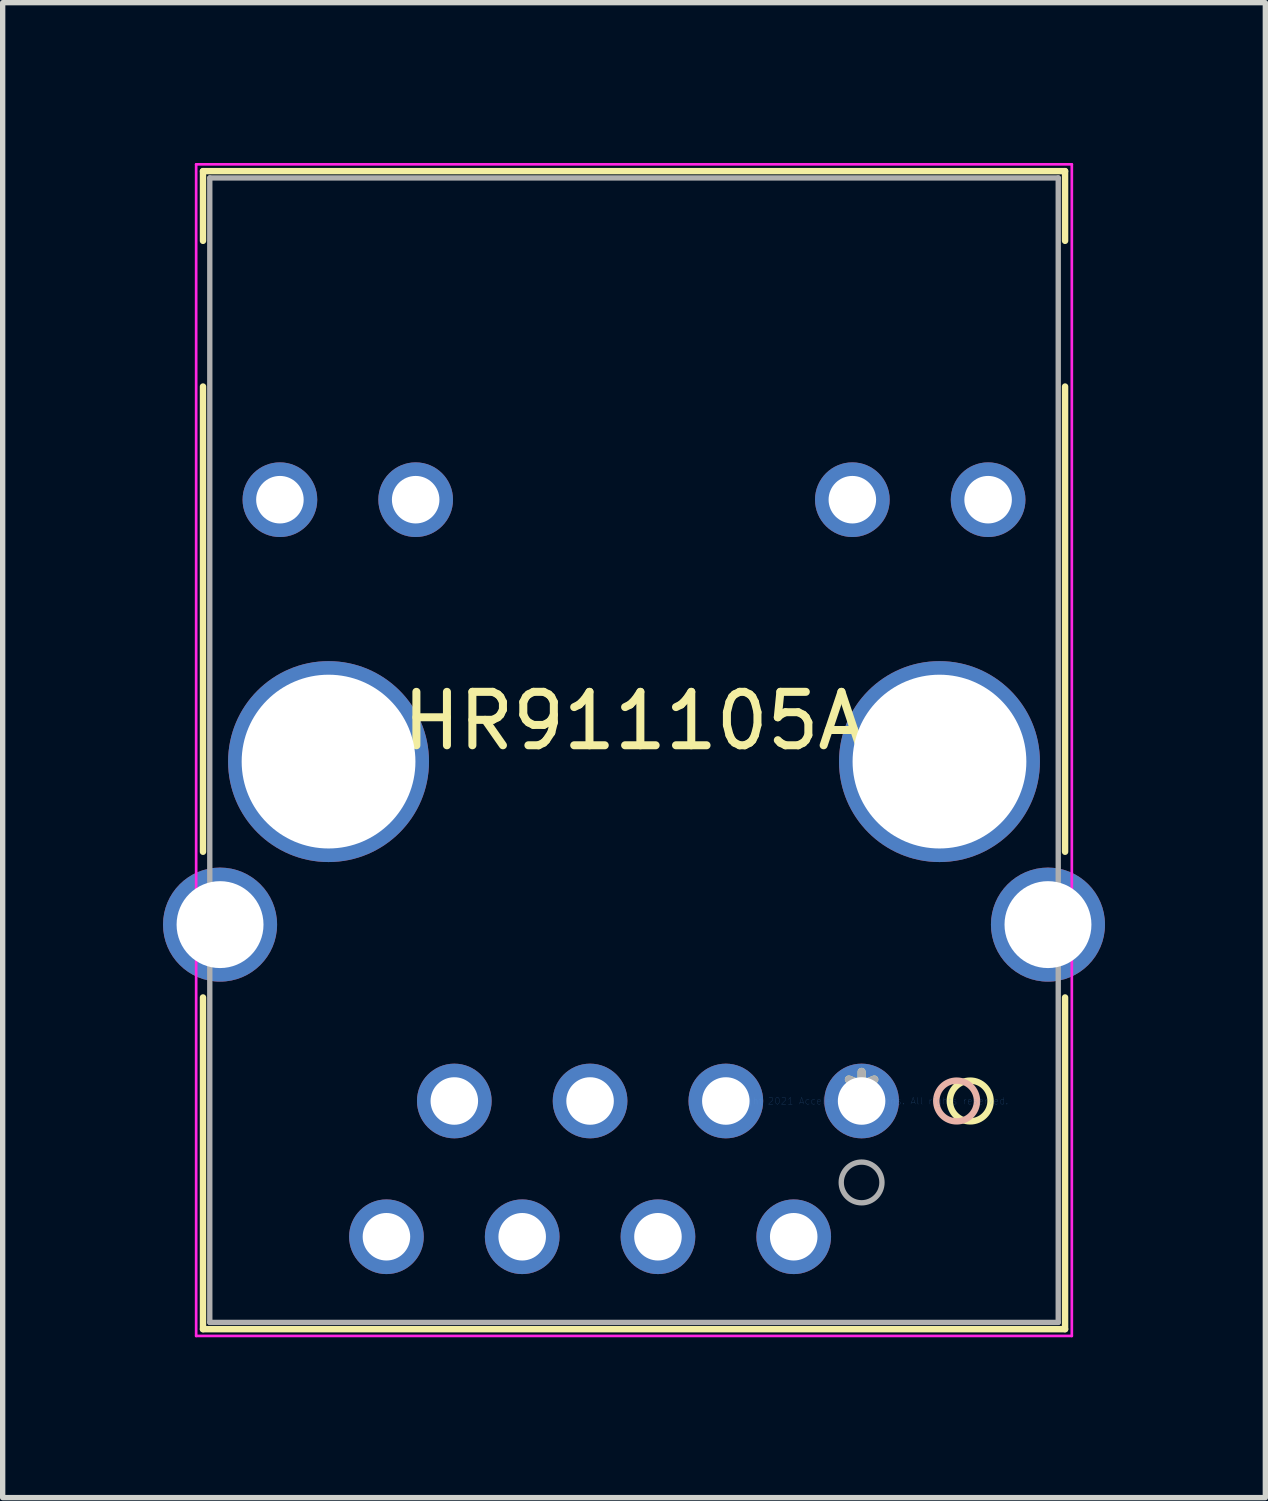
<source format=kicad_pcb>
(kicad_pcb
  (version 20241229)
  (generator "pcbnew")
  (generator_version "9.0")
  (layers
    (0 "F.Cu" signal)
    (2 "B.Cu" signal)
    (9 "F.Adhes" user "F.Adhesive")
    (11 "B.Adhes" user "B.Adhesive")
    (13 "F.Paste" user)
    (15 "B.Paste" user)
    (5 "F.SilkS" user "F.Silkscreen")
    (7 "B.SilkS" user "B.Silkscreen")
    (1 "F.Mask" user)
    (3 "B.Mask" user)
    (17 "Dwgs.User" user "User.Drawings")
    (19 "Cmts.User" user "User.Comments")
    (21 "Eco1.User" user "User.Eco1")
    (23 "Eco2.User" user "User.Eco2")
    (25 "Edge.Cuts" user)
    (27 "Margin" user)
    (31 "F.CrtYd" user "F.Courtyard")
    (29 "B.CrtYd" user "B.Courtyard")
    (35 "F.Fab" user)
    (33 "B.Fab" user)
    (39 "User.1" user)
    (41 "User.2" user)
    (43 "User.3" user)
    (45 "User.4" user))
  (footprint "HR911105A"
    (layer "F.Cu")
    (at 13.07 17.549)
    (property "Reference" "HR911105A" (at -4.258 -7.11 0) (layer "F.SilkS") (effects (font (size 1 1) (thickness 0.15))))
    (attr through_hole)
    (fp_line (start -12.322 -17.397) (end -12.322 -16.093) (stroke (width 0.12) (type solid)) (layer "F.SilkS"))
    (fp_line (start -12.322 -13.367) (end -12.322 -4.663) (stroke (width 0.12) (type solid)) (layer "F.SilkS"))
    (fp_line (start -12.322 -1.937) (end -12.322 4.269) (stroke (width 0.12) (type solid)) (layer "F.SilkS"))
    (fp_line (start -12.322 4.269) (end 3.807 4.269) (stroke (width 0.12) (type solid)) (layer "F.SilkS"))
    (fp_line (start 3.807 -17.397) (end -12.322 -17.397) (stroke (width 0.12) (type solid)) (layer "F.SilkS"))
    (fp_line (start 3.807 -16.093) (end 3.807 -17.397) (stroke (width 0.12) (type solid)) (layer "F.SilkS"))
    (fp_line (start 3.807 -4.663) (end 3.807 -13.367) (stroke (width 0.12) (type solid)) (layer "F.SilkS"))
    (fp_line (start 3.807 4.269) (end 3.807 -1.937) (stroke (width 0.12) (type solid)) (layer "F.SilkS"))
    (fp_circle (center 2.032 0) (end 2.413 0) (stroke (width 0.12) (type solid)) (fill no) (layer "F.SilkS"))
    (fp_circle (center 1.778 0) (end 2.159 0) (stroke (width 0.12) (type solid)) (fill no) (layer "B.SilkS"))
    (fp_line (start -12.45 -17.524) (end -12.45 4.396) (stroke (width 0.05) (type solid)) (layer "F.CrtYd"))
    (fp_line (start -12.45 4.396) (end 3.933 4.396) (stroke (width 0.05) (type solid)) (layer "F.CrtYd"))
    (fp_line (start 3.933 -17.524) (end -12.45 -17.524) (stroke (width 0.05) (type solid)) (layer "F.CrtYd"))
    (fp_line (start 3.933 4.396) (end 3.933 -17.524) (stroke (width 0.05) (type solid)) (layer "F.CrtYd"))
    (fp_line (start -12.195 -17.27) (end -12.195 4.142) (stroke (width 0.1) (type solid)) (layer "F.Fab"))
    (fp_line (start -12.195 4.142) (end 3.679 4.142) (stroke (width 0.1) (type solid)) (layer "F.Fab"))
    (fp_line (start 3.679 -17.27) (end -12.195 -17.27) (stroke (width 0.1) (type solid)) (layer "F.Fab"))
    (fp_line (start 3.679 4.142) (end 3.679 -17.27) (stroke (width 0.1) (type solid)) (layer "F.Fab"))
    (fp_circle (center 0 1.524) (end 0.381 1.524) (stroke (width 0.1) (type solid)) (fill no) (layer "F.Fab"))
    (fp_text user "*" (at 0 0 0) (layer "F.SilkS") (effects (font (size 1 1) (thickness 0.15))))
    (fp_text user "Copyright 2021 Accelerated Designs. All rights reserved." (at 0 0 0) (layer "Cmts.User") (effects (font (size 0.127 0.127) (thickness 0.002))))
    (fp_text user "*" (at 0 0 0) (layer "F.Fab") (effects (font (size 1 1) (thickness 0.15))))
    (pad "1" thru_hole circle (at 0 0) (size 1.397 1.397) (drill 0.889) (layers "*.Cu" "*.Mask"))
    (pad "2" thru_hole circle (at -1.27 2.54) (size 1.397 1.397) (drill 0.889) (layers "*.Cu" "*.Mask"))
    (pad "3" thru_hole circle (at -2.54 0) (size 1.397 1.397) (drill 0.889) (layers "*.Cu" "*.Mask"))
    (pad "4" thru_hole circle (at -3.81 2.54) (size 1.397 1.397) (drill 0.889) (layers "*.Cu" "*.Mask"))
    (pad "5" thru_hole circle (at -5.08 0) (size 1.397 1.397) (drill 0.889) (layers "*.Cu" "*.Mask"))
    (pad "6" thru_hole circle (at -6.35 2.54) (size 1.397 1.397) (drill 0.889) (layers "*.Cu" "*.Mask"))
    (pad "7" thru_hole circle (at -7.62 0) (size 1.397 1.397) (drill 0.889) (layers "*.Cu" "*.Mask"))
    (pad "8" thru_hole circle (at -8.89 2.54) (size 1.397 1.397) (drill 0.889) (layers "*.Cu" "*.Mask"))
    (pad "9" thru_hole circle (at 2.367 -11.25) (size 1.397 1.397) (drill 0.889) (layers "*.Cu" "*.Mask"))
    (pad "10" thru_hole circle (at -0.173 -11.25) (size 1.397 1.397) (drill 0.889) (layers "*.Cu" "*.Mask"))
    (pad "11" thru_hole circle (at -8.343 -11.25) (size 1.397 1.397) (drill 0.889) (layers "*.Cu" "*.Mask"))
    (pad "12" thru_hole circle (at -10.883 -11.25) (size 1.397 1.397) (drill 0.889) (layers "*.Cu" "*.Mask"))
    (pad "13" thru_hole circle (at 3.487 -3.3) (size 2.134 2.134) (drill 1.626) (layers "*.Cu" "*.Mask"))
    (pad "14" thru_hole circle (at 1.457 -6.35) (size 3.759 3.759) (drill 3.251) (layers "*.Cu" "*.Mask"))
    (pad "15" thru_hole circle (at -9.973 -6.35) (size 3.759 3.759) (drill 3.251) (layers "*.Cu" "*.Mask"))
    (pad "16" thru_hole circle (at -12.003 -3.3) (size 2.134 2.134) (drill 1.626) (layers "*.Cu" "*.Mask")))
  (gr_rect
    (start -3 -3)
    (end 20.624 24.97)
    (stroke (width 0.1) (type default))
    (fill no)
    (layer "Edge.Cuts")))
</source>
